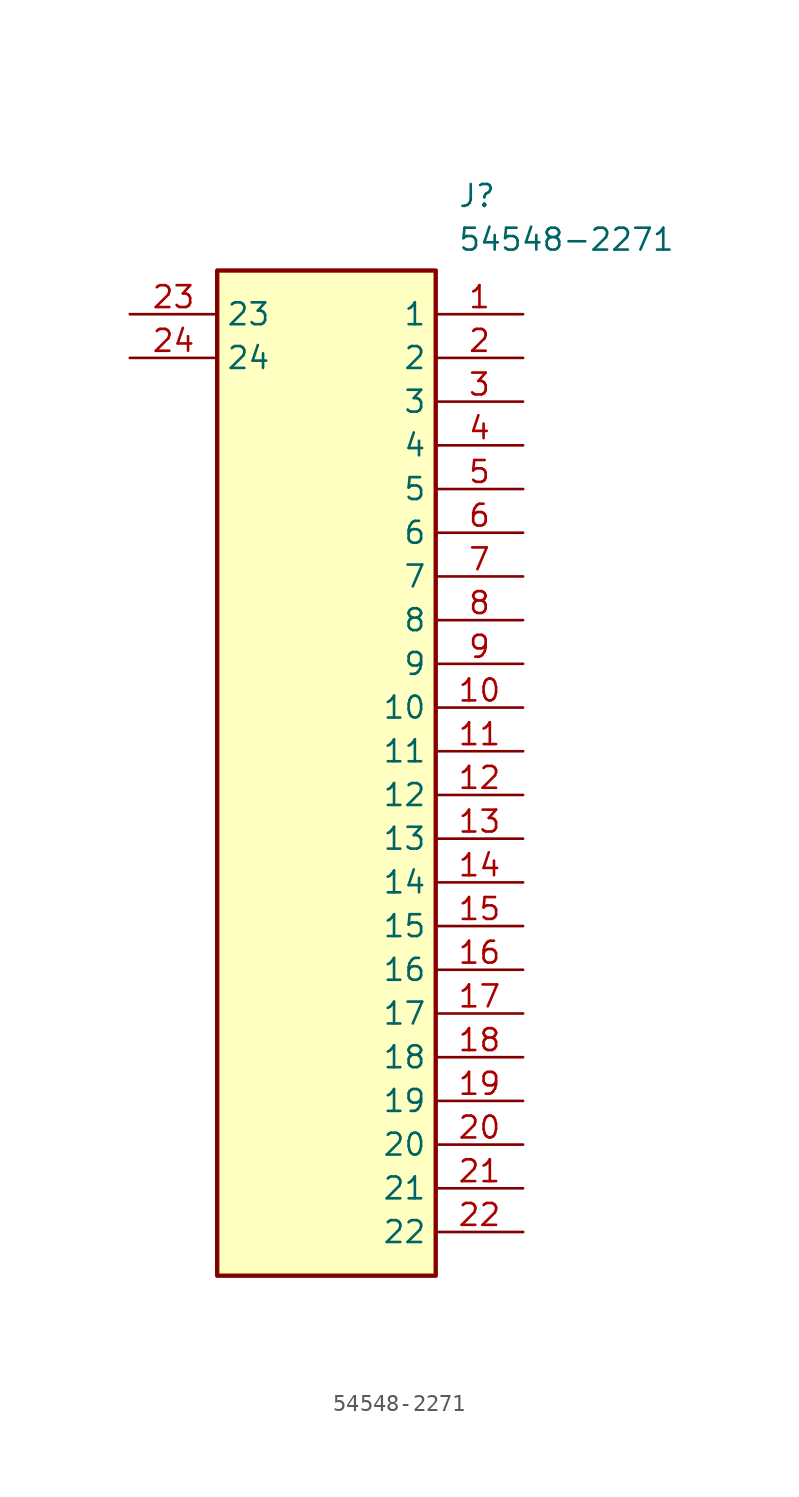
<source format=kicad_sym>
(kicad_symbol_lib
  (version 20211014)
  (generator SamacSys_ECAD_Model)
  (symbol "54548-2271"
    (property "Reference" "J"
      (at 19.05 7.62 0)
      (effects (font (size 1.27 1.27)) (justify left top)))
    (property "Value" "54548-2271"
      (at 19.05 5.08 0)
      (effects (font (size 1.27 1.27)) (justify left top)))
    (rectangle
      (start 5.08 2.54)
      (end 17.78 -55.88)
      (stroke (width 0.254) (type default))
      (fill (type background)))
    (pin passive line
      (at 22.86 0 180)
      (length 5.08)
      (name "1" (effects (font (size 1.27 1.27))))
      (number "1" (effects (font (size 1.27 1.27)))))
    (pin passive line
      (at 22.86 -2.54 180)
      (length 5.08)
      (name "2" (effects (font (size 1.27 1.27))))
      (number "2" (effects (font (size 1.27 1.27)))))
    (pin passive line
      (at 22.86 -5.08 180)
      (length 5.08)
      (name "3" (effects (font (size 1.27 1.27))))
      (number "3" (effects (font (size 1.27 1.27)))))
    (pin passive line
      (at 22.86 -7.62 180)
      (length 5.08)
      (name "4" (effects (font (size 1.27 1.27))))
      (number "4" (effects (font (size 1.27 1.27)))))
    (pin passive line
      (at 22.86 -10.16 180)
      (length 5.08)
      (name "5" (effects (font (size 1.27 1.27))))
      (number "5" (effects (font (size 1.27 1.27)))))
    (pin passive line
      (at 22.86 -12.7 180)
      (length 5.08)
      (name "6" (effects (font (size 1.27 1.27))))
      (number "6" (effects (font (size 1.27 1.27)))))
    (pin passive line
      (at 22.86 -15.24 180)
      (length 5.08)
      (name "7" (effects (font (size 1.27 1.27))))
      (number "7" (effects (font (size 1.27 1.27)))))
    (pin passive line
      (at 22.86 -17.78 180)
      (length 5.08)
      (name "8" (effects (font (size 1.27 1.27))))
      (number "8" (effects (font (size 1.27 1.27)))))
    (pin passive line
      (at 22.86 -20.32 180)
      (length 5.08)
      (name "9" (effects (font (size 1.27 1.27))))
      (number "9" (effects (font (size 1.27 1.27)))))
    (pin passive line
      (at 22.86 -22.86 180)
      (length 5.08)
      (name "10" (effects (font (size 1.27 1.27))))
      (number "10" (effects (font (size 1.27 1.27)))))
    (pin passive line
      (at 22.86 -25.4 180)
      (length 5.08)
      (name "11" (effects (font (size 1.27 1.27))))
      (number "11" (effects (font (size 1.27 1.27)))))
    (pin passive line
      (at 22.86 -27.94 180)
      (length 5.08)
      (name "12" (effects (font (size 1.27 1.27))))
      (number "12" (effects (font (size 1.27 1.27)))))
    (pin passive line
      (at 22.86 -30.48 180)
      (length 5.08)
      (name "13" (effects (font (size 1.27 1.27))))
      (number "13" (effects (font (size 1.27 1.27)))))
    (pin passive line
      (at 22.86 -33.02 180)
      (length 5.08)
      (name "14" (effects (font (size 1.27 1.27))))
      (number "14" (effects (font (size 1.27 1.27)))))
    (pin passive line
      (at 22.86 -35.56 180)
      (length 5.08)
      (name "15" (effects (font (size 1.27 1.27))))
      (number "15" (effects (font (size 1.27 1.27)))))
    (pin passive line
      (at 22.86 -38.1 180)
      (length 5.08)
      (name "16" (effects (font (size 1.27 1.27))))
      (number "16" (effects (font (size 1.27 1.27)))))
    (pin passive line
      (at 22.86 -40.64 180)
      (length 5.08)
      (name "17" (effects (font (size 1.27 1.27))))
      (number "17" (effects (font (size 1.27 1.27)))))
    (pin passive line
      (at 22.86 -43.18 180)
      (length 5.08)
      (name "18" (effects (font (size 1.27 1.27))))
      (number "18" (effects (font (size 1.27 1.27)))))
    (pin passive line
      (at 22.86 -45.72 180)
      (length 5.08)
      (name "19" (effects (font (size 1.27 1.27))))
      (number "19" (effects (font (size 1.27 1.27)))))
    (pin passive line
      (at 22.86 -48.26 180)
      (length 5.08)
      (name "20" (effects (font (size 1.27 1.27))))
      (number "20" (effects (font (size 1.27 1.27)))))
    (pin passive line
      (at 22.86 -50.8 180)
      (length 5.08)
      (name "21" (effects (font (size 1.27 1.27))))
      (number "21" (effects (font (size 1.27 1.27)))))
    (pin passive line
      (at 22.86 -53.34 180)
      (length 5.08)
      (name "22" (effects (font (size 1.27 1.27))))
      (number "22" (effects (font (size 1.27 1.27)))))
    (pin passive line
      (at 0 0 0)
      (length 5.08)
      (name "23" (effects (font (size 1.27 1.27))))
      (number "23" (effects (font (size 1.27 1.27)))))
    (pin passive line
      (at 0 -2.54 0)
      (length 5.08)
      (name "24" (effects (font (size 1.27 1.27))))
      (number "24" (effects (font (size 1.27 1.27)))))))
</source>
